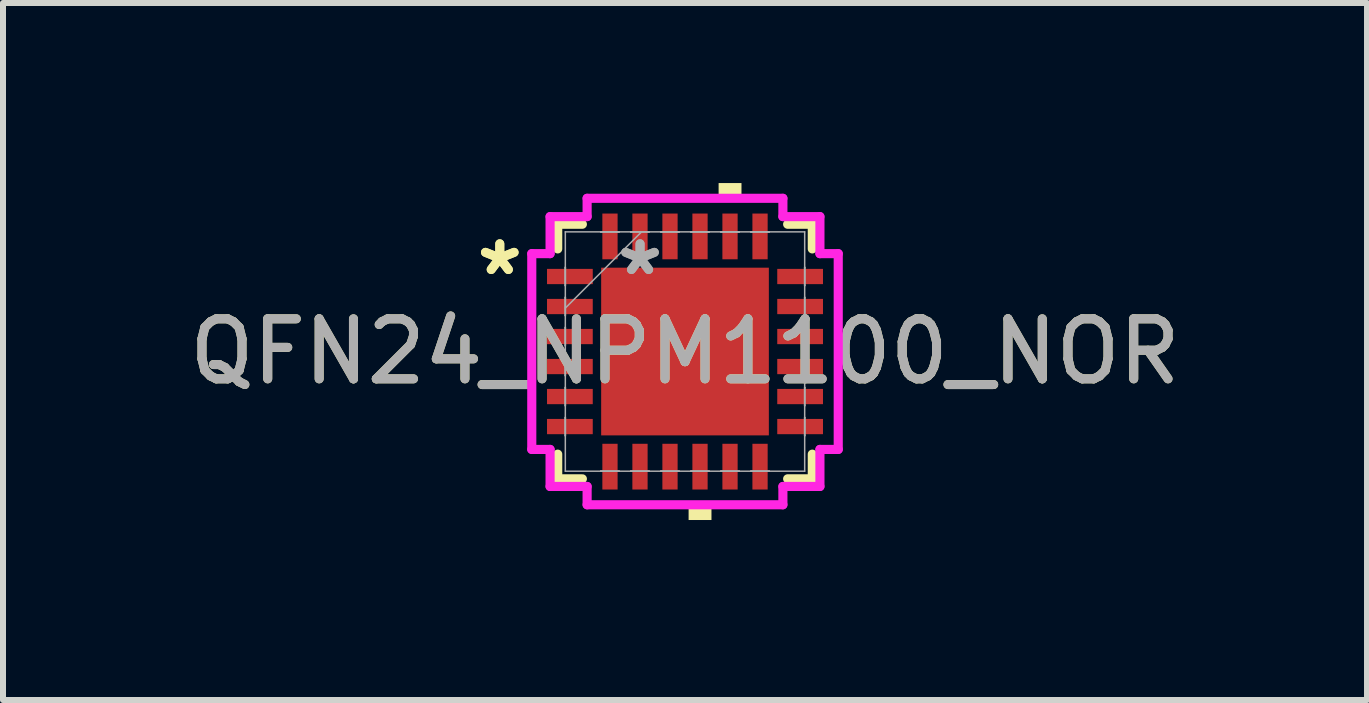
<source format=kicad_pcb>
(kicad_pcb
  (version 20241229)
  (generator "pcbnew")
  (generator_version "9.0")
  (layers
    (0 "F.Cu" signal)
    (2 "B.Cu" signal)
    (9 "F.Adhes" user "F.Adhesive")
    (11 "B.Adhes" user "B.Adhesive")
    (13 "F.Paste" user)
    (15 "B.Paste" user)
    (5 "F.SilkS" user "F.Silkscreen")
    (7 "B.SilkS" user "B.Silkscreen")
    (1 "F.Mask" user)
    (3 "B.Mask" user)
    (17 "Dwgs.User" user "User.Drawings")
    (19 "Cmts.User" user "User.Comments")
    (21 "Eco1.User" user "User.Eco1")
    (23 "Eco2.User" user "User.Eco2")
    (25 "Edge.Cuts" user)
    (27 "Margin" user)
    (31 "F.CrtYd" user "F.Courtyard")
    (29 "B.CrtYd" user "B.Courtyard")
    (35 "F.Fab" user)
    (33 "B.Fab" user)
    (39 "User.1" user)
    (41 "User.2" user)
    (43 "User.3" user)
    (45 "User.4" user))
  (footprint "QFN24_NPM1100_NOR"
    (layer "F.Cu")
    (at 8.363 2.807)
    (property "Reference" "QFN24_NPM1100_NOR" (at 0 0 0) (unlocked yes) (layer "F.SilkS") (effects (font (size 1 1) (thickness 0.15))))
    (attr smd)
    (fp_line (start -2.121 -2.121) (end -2.121 -1.71) (stroke (width 0.152) (type solid)) (layer "F.SilkS"))
    (fp_line (start -2.121 1.71) (end -2.121 2.121) (stroke (width 0.152) (type solid)) (layer "F.SilkS"))
    (fp_line (start -2.121 2.121) (end -1.71 2.121) (stroke (width 0.152) (type solid)) (layer "F.SilkS"))
    (fp_line (start -1.71 -2.121) (end -2.121 -2.121) (stroke (width 0.152) (type solid)) (layer "F.SilkS"))
    (fp_line (start 1.71 2.121) (end 2.121 2.121) (stroke (width 0.152) (type solid)) (layer "F.SilkS"))
    (fp_line (start 2.121 -2.121) (end 1.71 -2.121) (stroke (width 0.152) (type solid)) (layer "F.SilkS"))
    (fp_line (start 2.121 -1.71) (end 2.121 -2.121) (stroke (width 0.152) (type solid)) (layer "F.SilkS"))
    (fp_line (start 2.121 2.121) (end 2.121 1.71) (stroke (width 0.152) (type solid)) (layer "F.SilkS"))
    (fp_poly (pts (xy 0.06 2.553) (xy 0.06 2.807) (xy 0.441 2.807) (xy 0.441 2.553)) (stroke (width 0) (type solid)) (fill yes) (layer "F.SilkS"))
    (fp_poly (pts (xy 0.56 -2.553) (xy 0.56 -2.807) (xy 0.941 -2.807) (xy 0.941 -2.553)) (stroke (width 0) (type solid)) (fill yes) (layer "F.SilkS"))
    (fp_line (start -2.553 -1.631) (end -2.248 -1.631) (stroke (width 0.152) (type solid)) (layer "F.CrtYd"))
    (fp_line (start -2.553 1.631) (end -2.553 -1.631) (stroke (width 0.152) (type solid)) (layer "F.CrtYd"))
    (fp_line (start -2.248 -2.248) (end -1.631 -2.248) (stroke (width 0.152) (type solid)) (layer "F.CrtYd"))
    (fp_line (start -2.248 -1.631) (end -2.248 -2.248) (stroke (width 0.152) (type solid)) (layer "F.CrtYd"))
    (fp_line (start -2.248 1.631) (end -2.553 1.631) (stroke (width 0.152) (type solid)) (layer "F.CrtYd"))
    (fp_line (start -2.248 2.248) (end -2.248 1.631) (stroke (width 0.152) (type solid)) (layer "F.CrtYd"))
    (fp_line (start -1.631 -2.553) (end 1.631 -2.553) (stroke (width 0.152) (type solid)) (layer "F.CrtYd"))
    (fp_line (start -1.631 -2.248) (end -1.631 -2.553) (stroke (width 0.152) (type solid)) (layer "F.CrtYd"))
    (fp_line (start -1.631 2.248) (end -2.248 2.248) (stroke (width 0.152) (type solid)) (layer "F.CrtYd"))
    (fp_line (start -1.631 2.553) (end -1.631 2.248) (stroke (width 0.152) (type solid)) (layer "F.CrtYd"))
    (fp_line (start 1.631 -2.553) (end 1.631 -2.248) (stroke (width 0.152) (type solid)) (layer "F.CrtYd"))
    (fp_line (start 1.631 -2.248) (end 2.248 -2.248) (stroke (width 0.152) (type solid)) (layer "F.CrtYd"))
    (fp_line (start 1.631 2.248) (end 1.631 2.553) (stroke (width 0.152) (type solid)) (layer "F.CrtYd"))
    (fp_line (start 1.631 2.553) (end -1.631 2.553) (stroke (width 0.152) (type solid)) (layer "F.CrtYd"))
    (fp_line (start 2.248 -2.248) (end 2.248 -1.631) (stroke (width 0.152) (type solid)) (layer "F.CrtYd"))
    (fp_line (start 2.248 -1.631) (end 2.553 -1.631) (stroke (width 0.152) (type solid)) (layer "F.CrtYd"))
    (fp_line (start 2.248 1.631) (end 2.248 2.248) (stroke (width 0.152) (type solid)) (layer "F.CrtYd"))
    (fp_line (start 2.248 2.248) (end 1.631 2.248) (stroke (width 0.152) (type solid)) (layer "F.CrtYd"))
    (fp_line (start 2.553 -1.631) (end 2.553 1.631) (stroke (width 0.152) (type solid)) (layer "F.CrtYd"))
    (fp_line (start 2.553 1.631) (end 2.248 1.631) (stroke (width 0.152) (type solid)) (layer "F.CrtYd"))
    (fp_line (start -1.994 -1.994) (end -1.994 1.994) (stroke (width 0.025) (type solid)) (layer "F.Fab"))
    (fp_line (start -1.994 -1.403) (end -1.994 -1.403) (stroke (width 0.025) (type solid)) (layer "F.Fab"))
    (fp_line (start -1.994 -1.403) (end -1.994 -1.098) (stroke (width 0.025) (type solid)) (layer "F.Fab"))
    (fp_line (start -1.994 -1.098) (end -1.994 -1.403) (stroke (width 0.025) (type solid)) (layer "F.Fab"))
    (fp_line (start -1.994 -1.098) (end -1.994 -1.098) (stroke (width 0.025) (type solid)) (layer "F.Fab"))
    (fp_line (start -1.994 -0.903) (end -1.994 -0.903) (stroke (width 0.025) (type solid)) (layer "F.Fab"))
    (fp_line (start -1.994 -0.903) (end -1.994 -0.598) (stroke (width 0.025) (type solid)) (layer "F.Fab"))
    (fp_line (start -1.994 -0.724) (end -0.724 -1.994) (stroke (width 0.025) (type solid)) (layer "F.Fab"))
    (fp_line (start -1.994 -0.598) (end -1.994 -0.903) (stroke (width 0.025) (type solid)) (layer "F.Fab"))
    (fp_line (start -1.994 -0.598) (end -1.994 -0.598) (stroke (width 0.025) (type solid)) (layer "F.Fab"))
    (fp_line (start -1.994 -0.402) (end -1.994 -0.402) (stroke (width 0.025) (type solid)) (layer "F.Fab"))
    (fp_line (start -1.994 -0.402) (end -1.994 -0.098) (stroke (width 0.025) (type solid)) (layer "F.Fab"))
    (fp_line (start -1.994 -0.098) (end -1.994 -0.402) (stroke (width 0.025) (type solid)) (layer "F.Fab"))
    (fp_line (start -1.994 -0.098) (end -1.994 -0.098) (stroke (width 0.025) (type solid)) (layer "F.Fab"))
    (fp_line (start -1.994 0.098) (end -1.994 0.098) (stroke (width 0.025) (type solid)) (layer "F.Fab"))
    (fp_line (start -1.994 0.098) (end -1.994 0.402) (stroke (width 0.025) (type solid)) (layer "F.Fab"))
    (fp_line (start -1.994 0.402) (end -1.994 0.098) (stroke (width 0.025) (type solid)) (layer "F.Fab"))
    (fp_line (start -1.994 0.402) (end -1.994 0.402) (stroke (width 0.025) (type solid)) (layer "F.Fab"))
    (fp_line (start -1.994 0.598) (end -1.994 0.598) (stroke (width 0.025) (type solid)) (layer "F.Fab"))
    (fp_line (start -1.994 0.598) (end -1.994 0.903) (stroke (width 0.025) (type solid)) (layer "F.Fab"))
    (fp_line (start -1.994 0.903) (end -1.994 0.598) (stroke (width 0.025) (type solid)) (layer "F.Fab"))
    (fp_line (start -1.994 0.903) (end -1.994 0.903) (stroke (width 0.025) (type solid)) (layer "F.Fab"))
    (fp_line (start -1.994 1.098) (end -1.994 1.098) (stroke (width 0.025) (type solid)) (layer "F.Fab"))
    (fp_line (start -1.994 1.098) (end -1.994 1.403) (stroke (width 0.025) (type solid)) (layer "F.Fab"))
    (fp_line (start -1.994 1.403) (end -1.994 1.098) (stroke (width 0.025) (type solid)) (layer "F.Fab"))
    (fp_line (start -1.994 1.403) (end -1.994 1.403) (stroke (width 0.025) (type solid)) (layer "F.Fab"))
    (fp_line (start -1.994 1.994) (end 1.994 1.994) (stroke (width 0.025) (type solid)) (layer "F.Fab"))
    (fp_line (start -1.403 -1.994) (end -1.403 -1.994) (stroke (width 0.025) (type solid)) (layer "F.Fab"))
    (fp_line (start -1.403 -1.994) (end -1.098 -1.994) (stroke (width 0.025) (type solid)) (layer "F.Fab"))
    (fp_line (start -1.403 1.994) (end -1.403 1.994) (stroke (width 0.025) (type solid)) (layer "F.Fab"))
    (fp_line (start -1.403 1.994) (end -1.098 1.994) (stroke (width 0.025) (type solid)) (layer "F.Fab"))
    (fp_line (start -1.098 -1.994) (end -1.403 -1.994) (stroke (width 0.025) (type solid)) (layer "F.Fab"))
    (fp_line (start -1.098 -1.994) (end -1.098 -1.994) (stroke (width 0.025) (type solid)) (layer "F.Fab"))
    (fp_line (start -1.098 1.994) (end -1.403 1.994) (stroke (width 0.025) (type solid)) (layer "F.Fab"))
    (fp_line (start -1.098 1.994) (end -1.098 1.994) (stroke (width 0.025) (type solid)) (layer "F.Fab"))
    (fp_line (start -0.903 -1.994) (end -0.903 -1.994) (stroke (width 0.025) (type solid)) (layer "F.Fab"))
    (fp_line (start -0.903 -1.994) (end -0.598 -1.994) (stroke (width 0.025) (type solid)) (layer "F.Fab"))
    (fp_line (start -0.903 1.994) (end -0.903 1.994) (stroke (width 0.025) (type solid)) (layer "F.Fab"))
    (fp_line (start -0.903 1.994) (end -0.598 1.994) (stroke (width 0.025) (type solid)) (layer "F.Fab"))
    (fp_line (start -0.598 -1.994) (end -0.903 -1.994) (stroke (width 0.025) (type solid)) (layer "F.Fab"))
    (fp_line (start -0.598 -1.994) (end -0.598 -1.994) (stroke (width 0.025) (type solid)) (layer "F.Fab"))
    (fp_line (start -0.598 1.994) (end -0.903 1.994) (stroke (width 0.025) (type solid)) (layer "F.Fab"))
    (fp_line (start -0.598 1.994) (end -0.598 1.994) (stroke (width 0.025) (type solid)) (layer "F.Fab"))
    (fp_line (start -0.402 -1.994) (end -0.402 -1.994) (stroke (width 0.025) (type solid)) (layer "F.Fab"))
    (fp_line (start -0.402 -1.994) (end -0.098 -1.994) (stroke (width 0.025) (type solid)) (layer "F.Fab"))
    (fp_line (start -0.402 1.994) (end -0.402 1.994) (stroke (width 0.025) (type solid)) (layer "F.Fab"))
    (fp_line (start -0.402 1.994) (end -0.098 1.994) (stroke (width 0.025) (type solid)) (layer "F.Fab"))
    (fp_line (start -0.098 -1.994) (end -0.402 -1.994) (stroke (width 0.025) (type solid)) (layer "F.Fab"))
    (fp_line (start -0.098 -1.994) (end -0.098 -1.994) (stroke (width 0.025) (type solid)) (layer "F.Fab"))
    (fp_line (start -0.098 1.994) (end -0.402 1.994) (stroke (width 0.025) (type solid)) (layer "F.Fab"))
    (fp_line (start -0.098 1.994) (end -0.098 1.994) (stroke (width 0.025) (type solid)) (layer "F.Fab"))
    (fp_line (start 0.098 -1.994) (end 0.098 -1.994) (stroke (width 0.025) (type solid)) (layer "F.Fab"))
    (fp_line (start 0.098 -1.994) (end 0.402 -1.994) (stroke (width 0.025) (type solid)) (layer "F.Fab"))
    (fp_line (start 0.098 1.994) (end 0.098 1.994) (stroke (width 0.025) (type solid)) (layer "F.Fab"))
    (fp_line (start 0.098 1.994) (end 0.402 1.994) (stroke (width 0.025) (type solid)) (layer "F.Fab"))
    (fp_line (start 0.402 -1.994) (end 0.098 -1.994) (stroke (width 0.025) (type solid)) (layer "F.Fab"))
    (fp_line (start 0.402 -1.994) (end 0.402 -1.994) (stroke (width 0.025) (type solid)) (layer "F.Fab"))
    (fp_line (start 0.402 1.994) (end 0.098 1.994) (stroke (width 0.025) (type solid)) (layer "F.Fab"))
    (fp_line (start 0.402 1.994) (end 0.402 1.994) (stroke (width 0.025) (type solid)) (layer "F.Fab"))
    (fp_line (start 0.598 -1.994) (end 0.598 -1.994) (stroke (width 0.025) (type solid)) (layer "F.Fab"))
    (fp_line (start 0.598 -1.994) (end 0.903 -1.994) (stroke (width 0.025) (type solid)) (layer "F.Fab"))
    (fp_line (start 0.598 1.994) (end 0.598 1.994) (stroke (width 0.025) (type solid)) (layer "F.Fab"))
    (fp_line (start 0.598 1.994) (end 0.903 1.994) (stroke (width 0.025) (type solid)) (layer "F.Fab"))
    (fp_line (start 0.903 -1.994) (end 0.598 -1.994) (stroke (width 0.025) (type solid)) (layer "F.Fab"))
    (fp_line (start 0.903 -1.994) (end 0.903 -1.994) (stroke (width 0.025) (type solid)) (layer "F.Fab"))
    (fp_line (start 0.903 1.994) (end 0.598 1.994) (stroke (width 0.025) (type solid)) (layer "F.Fab"))
    (fp_line (start 0.903 1.994) (end 0.903 1.994) (stroke (width 0.025) (type solid)) (layer "F.Fab"))
    (fp_line (start 1.098 -1.994) (end 1.098 -1.994) (stroke (width 0.025) (type solid)) (layer "F.Fab"))
    (fp_line (start 1.098 -1.994) (end 1.403 -1.994) (stroke (width 0.025) (type solid)) (layer "F.Fab"))
    (fp_line (start 1.098 1.994) (end 1.098 1.994) (stroke (width 0.025) (type solid)) (layer "F.Fab"))
    (fp_line (start 1.098 1.994) (end 1.403 1.994) (stroke (width 0.025) (type solid)) (layer "F.Fab"))
    (fp_line (start 1.403 -1.994) (end 1.098 -1.994) (stroke (width 0.025) (type solid)) (layer "F.Fab"))
    (fp_line (start 1.403 -1.994) (end 1.403 -1.994) (stroke (width 0.025) (type solid)) (layer "F.Fab"))
    (fp_line (start 1.403 1.994) (end 1.098 1.994) (stroke (width 0.025) (type solid)) (layer "F.Fab"))
    (fp_line (start 1.403 1.994) (end 1.403 1.994) (stroke (width 0.025) (type solid)) (layer "F.Fab"))
    (fp_line (start 1.994 -1.994) (end -1.994 -1.994) (stroke (width 0.025) (type solid)) (layer "F.Fab"))
    (fp_line (start 1.994 -1.403) (end 1.994 -1.403) (stroke (width 0.025) (type solid)) (layer "F.Fab"))
    (fp_line (start 1.994 -1.403) (end 1.994 -1.098) (stroke (width 0.025) (type solid)) (layer "F.Fab"))
    (fp_line (start 1.994 -1.098) (end 1.994 -1.403) (stroke (width 0.025) (type solid)) (layer "F.Fab"))
    (fp_line (start 1.994 -1.098) (end 1.994 -1.098) (stroke (width 0.025) (type solid)) (layer "F.Fab"))
    (fp_line (start 1.994 -0.903) (end 1.994 -0.903) (stroke (width 0.025) (type solid)) (layer "F.Fab"))
    (fp_line (start 1.994 -0.903) (end 1.994 -0.598) (stroke (width 0.025) (type solid)) (layer "F.Fab"))
    (fp_line (start 1.994 -0.598) (end 1.994 -0.903) (stroke (width 0.025) (type solid)) (layer "F.Fab"))
    (fp_line (start 1.994 -0.598) (end 1.994 -0.598) (stroke (width 0.025) (type solid)) (layer "F.Fab"))
    (fp_line (start 1.994 -0.402) (end 1.994 -0.402) (stroke (width 0.025) (type solid)) (layer "F.Fab"))
    (fp_line (start 1.994 -0.402) (end 1.994 -0.098) (stroke (width 0.025) (type solid)) (layer "F.Fab"))
    (fp_line (start 1.994 -0.098) (end 1.994 -0.402) (stroke (width 0.025) (type solid)) (layer "F.Fab"))
    (fp_line (start 1.994 -0.098) (end 1.994 -0.098) (stroke (width 0.025) (type solid)) (layer "F.Fab"))
    (fp_line (start 1.994 0.098) (end 1.994 0.098) (stroke (width 0.025) (type solid)) (layer "F.Fab"))
    (fp_line (start 1.994 0.098) (end 1.994 0.402) (stroke (width 0.025) (type solid)) (layer "F.Fab"))
    (fp_line (start 1.994 0.402) (end 1.994 0.098) (stroke (width 0.025) (type solid)) (layer "F.Fab"))
    (fp_line (start 1.994 0.402) (end 1.994 0.402) (stroke (width 0.025) (type solid)) (layer "F.Fab"))
    (fp_line (start 1.994 0.598) (end 1.994 0.598) (stroke (width 0.025) (type solid)) (layer "F.Fab"))
    (fp_line (start 1.994 0.598) (end 1.994 0.903) (stroke (width 0.025) (type solid)) (layer "F.Fab"))
    (fp_line (start 1.994 0.903) (end 1.994 0.598) (stroke (width 0.025) (type solid)) (layer "F.Fab"))
    (fp_line (start 1.994 0.903) (end 1.994 0.903) (stroke (width 0.025) (type solid)) (layer "F.Fab"))
    (fp_line (start 1.994 1.098) (end 1.994 1.098) (stroke (width 0.025) (type solid)) (layer "F.Fab"))
    (fp_line (start 1.994 1.098) (end 1.994 1.403) (stroke (width 0.025) (type solid)) (layer "F.Fab"))
    (fp_line (start 1.994 1.403) (end 1.994 1.098) (stroke (width 0.025) (type solid)) (layer "F.Fab"))
    (fp_line (start 1.994 1.403) (end 1.994 1.403) (stroke (width 0.025) (type solid)) (layer "F.Fab"))
    (fp_line (start 1.994 1.994) (end 1.994 -1.994) (stroke (width 0.025) (type solid)) (layer "F.Fab"))
    (fp_text user "*" (at -3.086 -1.25 0) (unlocked yes) (layer "F.SilkS") (effects (font (size 1 1) (thickness 0.15))))
    (fp_text user "*" (at -3.086 -1.25 0) (layer "F.SilkS") (effects (font (size 1 1) (thickness 0.15))))
    (fp_text user "${REFERENCE}" (at 0 0 0) (unlocked yes) (layer "F.Fab") (effects (font (size 1 1) (thickness 0.15))))
    (fp_text user "*" (at -0.749 -1.25 0) (unlocked yes) (layer "F.Fab") (effects (font (size 1 1) (thickness 0.15))))
    (fp_text user "*" (at -0.749 -1.25 0) (layer "F.Fab") (effects (font (size 1 1) (thickness 0.15))))
    (pad "1" smd rect (at -1.918 -1.25 90) (size 0.254 0.762) (layers "F.Cu" "F.Mask" "F.Paste"))
    (pad "2" smd rect (at -1.918 -0.75 90) (size 0.254 0.762) (layers "F.Cu" "F.Mask" "F.Paste"))
    (pad "3" smd rect (at -1.918 -0.25 90) (size 0.254 0.762) (layers "F.Cu" "F.Mask" "F.Paste"))
    (pad "4" smd rect (at -1.918 0.25 90) (size 0.254 0.762) (layers "F.Cu" "F.Mask" "F.Paste"))
    (pad "5" smd rect (at -1.918 0.75 90) (size 0.254 0.762) (layers "F.Cu" "F.Mask" "F.Paste"))
    (pad "6" smd rect (at -1.918 1.25 90) (size 0.254 0.762) (layers "F.Cu" "F.Mask" "F.Paste"))
    (pad "7" smd rect (at -1.25 1.918) (size 0.254 0.762) (layers "F.Cu" "F.Mask" "F.Paste"))
    (pad "8" smd rect (at -0.75 1.918) (size 0.254 0.762) (layers "F.Cu" "F.Mask" "F.Paste"))
    (pad "9" smd rect (at -0.25 1.918) (size 0.254 0.762) (layers "F.Cu" "F.Mask" "F.Paste"))
    (pad "10" smd rect (at 0.25 1.918) (size 0.254 0.762) (layers "F.Cu" "F.Mask" "F.Paste"))
    (pad "11" smd rect (at 0.75 1.918) (size 0.254 0.762) (layers "F.Cu" "F.Mask" "F.Paste"))
    (pad "12" smd rect (at 1.25 1.918) (size 0.254 0.762) (layers "F.Cu" "F.Mask" "F.Paste"))
    (pad "13" smd rect (at 1.918 1.25 90) (size 0.254 0.762) (layers "F.Cu" "F.Mask" "F.Paste"))
    (pad "14" smd rect (at 1.918 0.75 90) (size 0.254 0.762) (layers "F.Cu" "F.Mask" "F.Paste"))
    (pad "15" smd rect (at 1.918 0.25 90) (size 0.254 0.762) (layers "F.Cu" "F.Mask" "F.Paste"))
    (pad "16" smd rect (at 1.918 -0.25 90) (size 0.254 0.762) (layers "F.Cu" "F.Mask" "F.Paste"))
    (pad "17" smd rect (at 1.918 -0.75 90) (size 0.254 0.762) (layers "F.Cu" "F.Mask" "F.Paste"))
    (pad "18" smd rect (at 1.918 -1.25 90) (size 0.254 0.762) (layers "F.Cu" "F.Mask" "F.Paste"))
    (pad "19" smd rect (at 1.25 -1.918) (size 0.254 0.762) (layers "F.Cu" "F.Mask" "F.Paste"))
    (pad "20" smd rect (at 0.75 -1.918) (size 0.254 0.762) (layers "F.Cu" "F.Mask" "F.Paste"))
    (pad "21" smd rect (at 0.25 -1.918) (size 0.254 0.762) (layers "F.Cu" "F.Mask" "F.Paste"))
    (pad "22" smd rect (at -0.25 -1.918) (size 0.254 0.762) (layers "F.Cu" "F.Mask" "F.Paste"))
    (pad "23" smd rect (at -0.75 -1.918) (size 0.254 0.762) (layers "F.Cu" "F.Mask" "F.Paste"))
    (pad "24" smd rect (at -1.25 -1.918) (size 0.254 0.762) (layers "F.Cu" "F.Mask" "F.Paste"))
    (pad "25" smd rect (at 0 0) (size 2.794 2.794) (layers "F.Cu" "F.Mask" "F.Paste")))
  (gr_rect
    (start -3 -3)
    (end 19.726 8.613)
    (stroke (width 0.1) (type default))
    (fill no)
    (layer "Edge.Cuts")))
</source>
